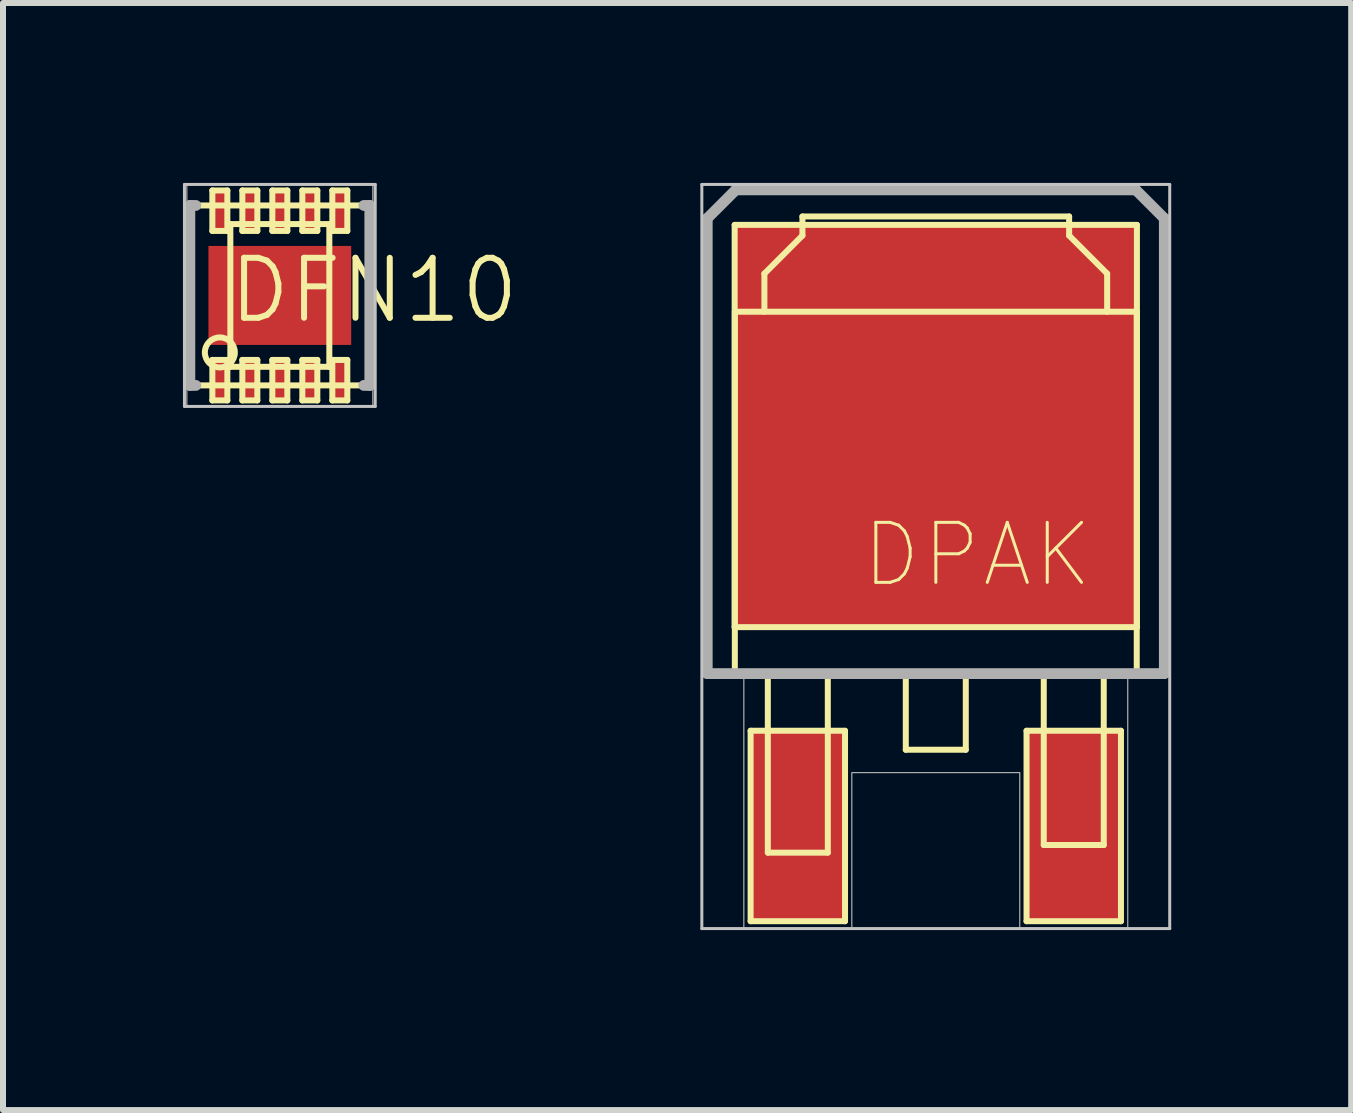
<source format=kicad_pcb>
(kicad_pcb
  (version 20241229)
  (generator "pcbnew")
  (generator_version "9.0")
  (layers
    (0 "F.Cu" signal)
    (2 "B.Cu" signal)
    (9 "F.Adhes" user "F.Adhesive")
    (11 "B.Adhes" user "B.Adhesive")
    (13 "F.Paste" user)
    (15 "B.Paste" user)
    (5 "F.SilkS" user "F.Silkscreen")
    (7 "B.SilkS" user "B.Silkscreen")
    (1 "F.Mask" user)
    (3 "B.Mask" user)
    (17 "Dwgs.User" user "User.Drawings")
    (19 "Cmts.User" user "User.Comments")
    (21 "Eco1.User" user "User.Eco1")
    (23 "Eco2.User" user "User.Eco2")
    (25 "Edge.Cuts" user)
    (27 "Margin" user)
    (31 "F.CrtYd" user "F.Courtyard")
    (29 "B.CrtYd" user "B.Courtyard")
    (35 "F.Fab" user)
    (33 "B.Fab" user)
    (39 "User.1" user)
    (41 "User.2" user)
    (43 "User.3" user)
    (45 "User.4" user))
  (footprint "DFN10"
    (placed yes)
    (layer "F.Cu")
    (at 1.615 1.875)
    (property "Reference" "DFN10" (at -0.9 0.5 0) (layer "F.SilkS") (effects (font (size 1 1) (thickness 0.1)) (justify left bottom)))
    (attr through_hole)
    (fp_line (start -1.5 -1.5) (end -1.5 1.5) (stroke (width 0.1) (type solid)) (layer "F.SilkS"))
    (fp_line (start -1.5 1.5) (end 1.5 1.5) (stroke (width 0.1) (type solid)) (layer "F.SilkS"))
    (fp_line (start -1.125 -1.75) (end -1.125 -1.075) (stroke (width 0.1) (type solid)) (layer "F.SilkS"))
    (fp_line (start -1.125 -1.075) (end -0.875 -1.075) (stroke (width 0.1) (type solid)) (layer "F.SilkS"))
    (fp_line (start -1.125 1.075) (end -1.125 1.75) (stroke (width 0.1) (type solid)) (layer "F.SilkS"))
    (fp_line (start -1.125 1.75) (end -0.875 1.75) (stroke (width 0.1) (type solid)) (layer "F.SilkS"))
    (fp_line (start -0.875 -1.75) (end -1.125 -1.75) (stroke (width 0.1) (type solid)) (layer "F.SilkS"))
    (fp_line (start -0.875 -1.075) (end -0.875 -1.75) (stroke (width 0.1) (type solid)) (layer "F.SilkS"))
    (fp_line (start -0.875 1.075) (end -1.125 1.075) (stroke (width 0.1) (type solid)) (layer "F.SilkS"))
    (fp_line (start -0.875 1.75) (end -0.875 1.075) (stroke (width 0.1) (type solid)) (layer "F.SilkS"))
    (fp_line (start -0.825 -1.19) (end -0.825 1.19) (stroke (width 0.1) (type solid)) (layer "F.SilkS"))
    (fp_line (start -0.825 1.19) (end 0.825 1.19) (stroke (width 0.1) (type solid)) (layer "F.SilkS"))
    (fp_line (start -0.625 -1.75) (end -0.625 -1.075) (stroke (width 0.1) (type solid)) (layer "F.SilkS"))
    (fp_line (start -0.625 -1.075) (end -0.375 -1.075) (stroke (width 0.1) (type solid)) (layer "F.SilkS"))
    (fp_line (start -0.625 1.075) (end -0.625 1.75) (stroke (width 0.1) (type solid)) (layer "F.SilkS"))
    (fp_line (start -0.625 1.75) (end -0.375 1.75) (stroke (width 0.1) (type solid)) (layer "F.SilkS"))
    (fp_line (start -0.375 -1.75) (end -0.625 -1.75) (stroke (width 0.1) (type solid)) (layer "F.SilkS"))
    (fp_line (start -0.375 -1.075) (end -0.375 -1.75) (stroke (width 0.1) (type solid)) (layer "F.SilkS"))
    (fp_line (start -0.375 1.075) (end -0.625 1.075) (stroke (width 0.1) (type solid)) (layer "F.SilkS"))
    (fp_line (start -0.375 1.75) (end -0.375 1.075) (stroke (width 0.1) (type solid)) (layer "F.SilkS"))
    (fp_line (start -0.125 -1.75) (end -0.125 -1.075) (stroke (width 0.1) (type solid)) (layer "F.SilkS"))
    (fp_line (start -0.125 -1.075) (end 0.125 -1.075) (stroke (width 0.1) (type solid)) (layer "F.SilkS"))
    (fp_line (start -0.125 1.075) (end -0.125 1.75) (stroke (width 0.1) (type solid)) (layer "F.SilkS"))
    (fp_line (start -0.125 1.75) (end 0.125 1.75) (stroke (width 0.1) (type solid)) (layer "F.SilkS"))
    (fp_line (start 0.125 -1.75) (end -0.125 -1.75) (stroke (width 0.1) (type solid)) (layer "F.SilkS"))
    (fp_line (start 0.125 -1.075) (end 0.125 -1.75) (stroke (width 0.1) (type solid)) (layer "F.SilkS"))
    (fp_line (start 0.125 1.075) (end -0.125 1.075) (stroke (width 0.1) (type solid)) (layer "F.SilkS"))
    (fp_line (start 0.125 1.75) (end 0.125 1.075) (stroke (width 0.1) (type solid)) (layer "F.SilkS"))
    (fp_line (start 0.375 -1.75) (end 0.375 -1.075) (stroke (width 0.1) (type solid)) (layer "F.SilkS"))
    (fp_line (start 0.375 -1.075) (end 0.625 -1.075) (stroke (width 0.1) (type solid)) (layer "F.SilkS"))
    (fp_line (start 0.375 1.075) (end 0.375 1.75) (stroke (width 0.1) (type solid)) (layer "F.SilkS"))
    (fp_line (start 0.375 1.75) (end 0.625 1.75) (stroke (width 0.1) (type solid)) (layer "F.SilkS"))
    (fp_line (start 0.625 -1.75) (end 0.375 -1.75) (stroke (width 0.1) (type solid)) (layer "F.SilkS"))
    (fp_line (start 0.625 -1.075) (end 0.625 -1.75) (stroke (width 0.1) (type solid)) (layer "F.SilkS"))
    (fp_line (start 0.625 1.075) (end 0.375 1.075) (stroke (width 0.1) (type solid)) (layer "F.SilkS"))
    (fp_line (start 0.625 1.75) (end 0.625 1.075) (stroke (width 0.1) (type solid)) (layer "F.SilkS"))
    (fp_line (start 0.825 -1.19) (end -0.825 -1.19) (stroke (width 0.1) (type solid)) (layer "F.SilkS"))
    (fp_line (start 0.825 1.19) (end 0.825 -1.19) (stroke (width 0.1) (type solid)) (layer "F.SilkS"))
    (fp_line (start 0.875 -1.75) (end 0.875 -1.075) (stroke (width 0.1) (type solid)) (layer "F.SilkS"))
    (fp_line (start 0.875 -1.075) (end 1.125 -1.075) (stroke (width 0.1) (type solid)) (layer "F.SilkS"))
    (fp_line (start 0.875 1.075) (end 0.875 1.75) (stroke (width 0.1) (type solid)) (layer "F.SilkS"))
    (fp_line (start 0.875 1.75) (end 1.125 1.75) (stroke (width 0.1) (type solid)) (layer "F.SilkS"))
    (fp_line (start 1.125 -1.75) (end 0.875 -1.75) (stroke (width 0.1) (type solid)) (layer "F.SilkS"))
    (fp_line (start 1.125 -1.075) (end 1.125 -1.75) (stroke (width 0.1) (type solid)) (layer "F.SilkS"))
    (fp_line (start 1.125 1.075) (end 0.875 1.075) (stroke (width 0.1) (type solid)) (layer "F.SilkS"))
    (fp_line (start 1.125 1.75) (end 1.125 1.075) (stroke (width 0.1) (type solid)) (layer "F.SilkS"))
    (fp_line (start 1.5 -1.5) (end -1.5 -1.5) (stroke (width 0.1) (type solid)) (layer "F.SilkS"))
    (fp_line (start 1.5 1.5) (end 1.5 -1.5) (stroke (width 0.1) (type solid)) (layer "F.SilkS"))
    (fp_arc (start -0.75 0.95) (mid -1.25 0.95) (end -0.75 0.95) (stroke (width 0.1) (type solid)) (layer "F.SilkS"))
    (fp_line (start -1.59 -1.85) (end 1.59 -1.85) (stroke (width 0.05) (type solid)) (layer "Dwgs.User"))
    (fp_line (start -1.59 1.85) (end -1.59 -1.85) (stroke (width 0.05) (type solid)) (layer "Dwgs.User"))
    (fp_line (start 1.59 -1.85) (end 1.59 1.85) (stroke (width 0.05) (type solid)) (layer "Dwgs.User"))
    (fp_line (start 1.59 1.85) (end -1.59 1.85) (stroke (width 0.05) (type solid)) (layer "Dwgs.User"))
    (fp_line (start -1.5 -1.5) (end -1.4 -1.5) (stroke (width 0.18) (type solid)) (layer "F.Fab"))
    (fp_line (start -1.5 1.5) (end -1.5 -1.5) (stroke (width 0.18) (type solid)) (layer "F.Fab"))
    (fp_line (start -1.4 1.5) (end -1.5 1.5) (stroke (width 0.18) (type solid)) (layer "F.Fab"))
    (fp_line (start 1.4 -1.5) (end 1.5 -1.5) (stroke (width 0.18) (type solid)) (layer "F.Fab"))
    (fp_line (start 1.5 -1.5) (end 1.5 1.5) (stroke (width 0.18) (type solid)) (layer "F.Fab"))
    (fp_line (start 1.5 1.5) (end 1.4 1.5) (stroke (width 0.18) (type solid)) (layer "F.Fab"))
    (fp_poly (pts (xy -1.55 -1.85) (xy 1.55 -1.85) (xy 1.55 1.85) (xy -1.55 1.85)) (stroke (width 0.02) (type solid)) (fill no) (layer "F.Fab"))
    (pad "1" smd rect (at -1 1.413) (size 0.25 0.675) (layers "F.Cu" "F.Mask" "F.Paste"))
    (pad "2" smd rect (at -0.5 1.413) (size 0.25 0.675) (layers "F.Cu" "F.Mask" "F.Paste"))
    (pad "3" smd rect (at 0 1.413) (size 0.25 0.675) (layers "F.Cu" "F.Mask" "F.Paste"))
    (pad "4" smd rect (at 0.5 1.413) (size 0.25 0.675) (layers "F.Cu" "F.Mask" "F.Paste"))
    (pad "5" smd rect (at 1 1.413) (size 0.25 0.675) (layers "F.Cu" "F.Mask" "F.Paste"))
    (pad "6" smd rect (at 1 -1.413) (size 0.25 0.675) (layers "F.Cu" "F.Mask" "F.Paste"))
    (pad "7" smd rect (at 0.5 -1.413) (size 0.25 0.675) (layers "F.Cu" "F.Mask" "F.Paste"))
    (pad "8" smd rect (at 0 -1.413) (size 0.25 0.675) (layers "F.Cu" "F.Mask" "F.Paste"))
    (pad "9" smd rect (at -0.5 -1.413) (size 0.25 0.675) (layers "F.Cu" "F.Mask" "F.Paste"))
    (pad "10" smd rect (at -1 -1.413) (size 0.25 0.675) (layers "F.Cu" "F.Mask" "F.Paste"))
    (pad "11" smd rect (at 0 0 90) (size 1.65 2.38) (layers "F.Cu" "F.Mask" "F.Paste")))
  (footprint "DPAK"
    (placed yes)
    (layer "F.Cu")
    (at 12.55 5.83)
    (property "Reference" "DPAK" (at -1.27 0.953 180) (layer "F.SilkS") (effects (font (size 1 1) (thickness 0.05)) (justify left bottom)))
    (attr through_hole)
    (fp_line (start -3.353 -5.131) (end -3.353 1.575) (stroke (width 0.1) (type solid)) (layer "F.SilkS"))
    (fp_line (start -3.353 1.575) (end 3.353 1.575) (stroke (width 0.1) (type solid)) (layer "F.SilkS"))
    (fp_line (start -3.35 -3.683) (end -3.35 2.349) (stroke (width 0.1) (type solid)) (layer "F.SilkS"))
    (fp_line (start -3.35 2.349) (end 3.35 2.349) (stroke (width 0.1) (type solid)) (layer "F.SilkS"))
    (fp_line (start -3.087 3.302) (end -1.513 3.302) (stroke (width 0.1) (type solid)) (layer "F.SilkS"))
    (fp_line (start -3.087 6.477) (end -3.087 3.302) (stroke (width 0.1) (type solid)) (layer "F.SilkS"))
    (fp_line (start -2.857 -4.318) (end -2.223 -4.953) (stroke (width 0.1) (type solid)) (layer "F.SilkS"))
    (fp_line (start -2.857 -3.683) (end -2.857 -4.318) (stroke (width 0.1) (type solid)) (layer "F.SilkS"))
    (fp_line (start -2.8 2.349) (end -2.8 5.334) (stroke (width 0.1) (type solid)) (layer "F.SilkS"))
    (fp_line (start -2.8 5.334) (end -1.8 5.334) (stroke (width 0.1) (type solid)) (layer "F.SilkS"))
    (fp_line (start -2.223 -5.271) (end 2.223 -5.271) (stroke (width 0.1) (type solid)) (layer "F.SilkS"))
    (fp_line (start -2.223 -4.953) (end -2.223 -5.271) (stroke (width 0.1) (type solid)) (layer "F.SilkS"))
    (fp_line (start -1.8 2.349) (end -2.8 2.349) (stroke (width 0.1) (type solid)) (layer "F.SilkS"))
    (fp_line (start -1.8 5.334) (end -1.8 2.349) (stroke (width 0.1) (type solid)) (layer "F.SilkS"))
    (fp_line (start -1.513 3.302) (end -1.513 6.477) (stroke (width 0.1) (type solid)) (layer "F.SilkS"))
    (fp_line (start -1.513 6.477) (end -3.087 6.477) (stroke (width 0.1) (type solid)) (layer "F.SilkS"))
    (fp_line (start -0.5 2.349) (end -0.5 3.619) (stroke (width 0.1) (type solid)) (layer "F.SilkS"))
    (fp_line (start -0.5 3.619) (end 0.5 3.619) (stroke (width 0.1) (type solid)) (layer "F.SilkS"))
    (fp_line (start 0.5 2.349) (end -0.5 2.349) (stroke (width 0.1) (type solid)) (layer "F.SilkS"))
    (fp_line (start 0.5 3.619) (end 0.5 2.349) (stroke (width 0.1) (type solid)) (layer "F.SilkS"))
    (fp_line (start 1.513 3.302) (end 3.087 3.302) (stroke (width 0.1) (type solid)) (layer "F.SilkS"))
    (fp_line (start 1.513 6.477) (end 1.513 3.302) (stroke (width 0.1) (type solid)) (layer "F.SilkS"))
    (fp_line (start 1.8 2.349) (end 1.8 5.207) (stroke (width 0.1) (type solid)) (layer "F.SilkS"))
    (fp_line (start 1.8 5.207) (end 2.8 5.207) (stroke (width 0.1) (type solid)) (layer "F.SilkS"))
    (fp_line (start 2.223 -5.271) (end 2.223 -4.953) (stroke (width 0.1) (type solid)) (layer "F.SilkS"))
    (fp_line (start 2.223 -4.953) (end 2.857 -4.318) (stroke (width 0.1) (type solid)) (layer "F.SilkS"))
    (fp_line (start 2.8 2.349) (end 1.8 2.349) (stroke (width 0.1) (type solid)) (layer "F.SilkS"))
    (fp_line (start 2.8 5.207) (end 2.8 2.349) (stroke (width 0.1) (type solid)) (layer "F.SilkS"))
    (fp_line (start 2.857 -4.318) (end 2.857 -3.683) (stroke (width 0.1) (type solid)) (layer "F.SilkS"))
    (fp_line (start 3.087 3.302) (end 3.087 6.477) (stroke (width 0.1) (type solid)) (layer "F.SilkS"))
    (fp_line (start 3.087 6.477) (end 1.513 6.477) (stroke (width 0.1) (type solid)) (layer "F.SilkS"))
    (fp_line (start 3.35 -3.683) (end -3.35 -3.683) (stroke (width 0.1) (type solid)) (layer "F.SilkS"))
    (fp_line (start 3.35 2.349) (end 3.35 -3.683) (stroke (width 0.1) (type solid)) (layer "F.SilkS"))
    (fp_line (start 3.353 -5.131) (end -3.353 -5.131) (stroke (width 0.1) (type solid)) (layer "F.SilkS"))
    (fp_line (start 3.353 1.575) (end 3.353 -5.131) (stroke (width 0.1) (type solid)) (layer "F.SilkS"))
    (fp_line (start -3.9 -5.805) (end 3.9 -5.805) (stroke (width 0.05) (type solid)) (layer "Dwgs.User"))
    (fp_line (start -3.9 6.6) (end -3.9 -5.805) (stroke (width 0.05) (type solid)) (layer "Dwgs.User"))
    (fp_line (start 3.9 -5.805) (end 3.9 6.6) (stroke (width 0.05) (type solid)) (layer "Dwgs.User"))
    (fp_line (start 3.9 6.6) (end -3.9 6.6) (stroke (width 0.05) (type solid)) (layer "Dwgs.User"))
    (fp_line (start -3.81 -5.239) (end -3.81 2.349) (stroke (width 0.18) (type solid)) (layer "F.Fab"))
    (fp_line (start -3.81 2.349) (end 3.81 2.349) (stroke (width 0.18) (type solid)) (layer "F.Fab"))
    (fp_line (start -3.334 -5.715) (end -3.81 -5.239) (stroke (width 0.18) (type solid)) (layer "F.Fab"))
    (fp_line (start 3.334 -5.715) (end -3.334 -5.715) (stroke (width 0.18) (type solid)) (layer "F.Fab"))
    (fp_line (start 3.81 -5.239) (end 3.334 -5.715) (stroke (width 0.18) (type solid)) (layer "F.Fab"))
    (fp_line (start 3.81 2.349) (end 3.81 -5.239) (stroke (width 0.18) (type solid)) (layer "F.Fab"))
    (fp_poly (pts (xy -3.2 6.6) (xy -3.2 2.4) (xy -3.8 2.4) (xy -3.8 -5.2) (xy -3.3 -5.7) (xy 3.3 -5.7) (xy 3.8 -5.2) (xy 3.8 2.4) (xy 3.2 2.4) (xy 3.2 6.6) (xy 1.4 6.6) (xy 1.4 4) (xy -1.4 4) (xy -1.4 6.6)) (stroke (width 0.02) (type solid)) (fill no) (layer "F.Fab"))
    (pad "1" smd rect (at -2.3 4.889) (size 1.575 3.175) (layers "F.Cu" "F.Mask" "F.Paste"))
    (pad "2" smd rect (at 0 -1.778) (size 6.706 6.706) (layers "F.Cu" "F.Mask" "F.Paste"))
    (pad "3" smd rect (at 2.3 4.889) (size 1.575 3.175) (layers "F.Cu" "F.Mask" "F.Paste")))
  (gr_rect
    (start -3 -3)
    (end 19.475 15.455)
    (stroke (width 0.1) (type default))
    (fill no)
    (layer "Edge.Cuts")))
</source>
